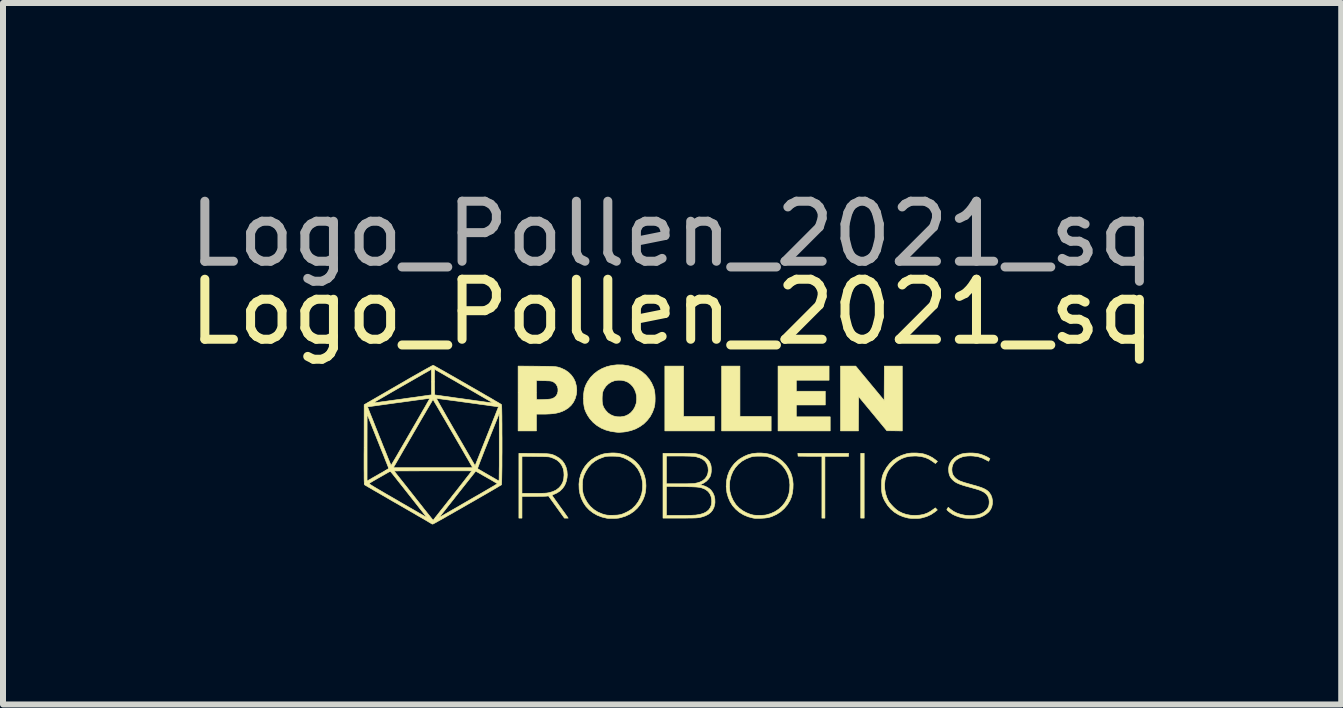
<source format=kicad_pcb>
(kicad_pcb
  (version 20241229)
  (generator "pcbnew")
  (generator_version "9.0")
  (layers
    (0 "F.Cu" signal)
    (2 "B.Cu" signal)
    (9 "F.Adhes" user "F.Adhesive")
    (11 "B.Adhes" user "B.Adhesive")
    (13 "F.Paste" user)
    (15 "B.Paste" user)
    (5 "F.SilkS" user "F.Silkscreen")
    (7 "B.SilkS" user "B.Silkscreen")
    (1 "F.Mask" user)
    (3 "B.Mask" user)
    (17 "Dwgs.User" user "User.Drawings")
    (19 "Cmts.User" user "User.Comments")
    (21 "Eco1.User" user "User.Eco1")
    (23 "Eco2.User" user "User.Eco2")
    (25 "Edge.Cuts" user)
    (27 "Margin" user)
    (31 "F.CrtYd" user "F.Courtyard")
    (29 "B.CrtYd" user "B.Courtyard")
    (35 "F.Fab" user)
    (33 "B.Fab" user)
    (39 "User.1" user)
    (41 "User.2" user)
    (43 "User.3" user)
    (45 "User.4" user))
  (footprint "Logo_Pollen_2021_sq"
    (layer "F.Cu")
    (at 8.149 2.648)
    (property "Reference" "Logo_Pollen_2021_sq" (at 0 -0.5 0) (unlocked yes) (layer "F.SilkS") (effects (font (size 1 1) (thickness 0.15))))
    (fp_poly (pts (xy 3.2 2.935) (xy 3.143 2.935) (xy 3.143 1.855) (xy 3.2 1.855) (xy 3.2 2.935)) (stroke (width 0.01) (type solid)) (fill yes) (layer "F.SilkS"))
    (fp_poly (pts (xy 0.19 1.241) (xy 0.704 1.241) (xy 0.704 1.482) (xy -0.121 1.482) (xy -0.121 0.402) (xy 0.19 0.402) (xy 0.19 1.241)) (stroke (width 0.01) (type solid)) (fill yes) (layer "F.SilkS"))
    (fp_poly (pts (xy 1.13 1.241) (xy 1.65 1.241) (xy 1.65 1.482) (xy 0.825 1.482) (xy 0.825 0.402) (xy 1.13 0.402) (xy 1.13 1.241)) (stroke (width 0.01) (type solid)) (fill yes) (layer "F.SilkS"))
    (fp_poly (pts (xy 2.94 1.906) (xy 2.546 1.906) (xy 2.546 2.935) (xy 2.496 2.935) (xy 2.496 1.906) (xy 2.297 1.905) (xy 2.099 1.903) (xy 2.097 1.879) (xy 2.095 1.855) (xy 2.94 1.855) (xy 2.94 1.906)) (stroke (width 0.01) (type solid)) (fill yes) (layer "F.SilkS"))
    (fp_poly (pts (xy 2.615 0.637) (xy 2.069 0.637) (xy 2.069 0.821) (xy 2.552 0.821) (xy 2.552 1.05) (xy 2.069 1.05) (xy 2.069 1.247) (xy 2.634 1.247) (xy 2.634 1.482) (xy 1.765 1.482) (xy 1.765 0.402) (xy 2.615 0.402) (xy 2.615 0.637)) (stroke (width 0.01) (type solid)) (fill yes) (layer "F.SilkS"))
    (fp_poly (pts (xy 3.685 0.402) (xy 3.835 0.402) (xy 3.835 1.482) (xy 3.706 1.48) (xy 3.578 1.479) (xy 3.108 0.91) (xy 3.106 1.196) (xy 3.104 1.482) (xy 2.806 1.482) (xy 2.806 0.402) (xy 3.059 0.402) (xy 3.296 0.688) (xy 3.533 0.974) (xy 3.536 0.402) (xy 3.685 0.402)) (stroke (width 0.01) (type solid)) (fill yes) (layer "F.SilkS"))
    (fp_poly (pts (xy -2.257 0.404) (xy -2.184 0.405) (xy -2.123 0.405) (xy -2.072 0.406) (xy -2.03 0.407) (xy -1.995 0.408) (xy -1.966 0.41) (xy -1.943 0.412) (xy -1.923 0.415) (xy -1.905 0.418) (xy -1.888 0.423) (xy -1.871 0.428) (xy -1.853 0.435) (xy -1.842 0.439) (xy -1.781 0.468) (xy -1.726 0.506) (xy -1.679 0.553) (xy -1.641 0.606) (xy -1.613 0.665) (xy -1.598 0.724) (xy -1.591 0.767) (xy -1.589 0.804) (xy -1.591 0.84) (xy -1.597 0.88) (xy -1.615 0.944) (xy -1.644 1.003) (xy -1.683 1.056) (xy -1.732 1.101) (xy -1.789 1.137) (xy -1.832 1.157) (xy -1.877 1.173) (xy -1.925 1.185) (xy -1.979 1.194) (xy -2.04 1.199) (xy -2.11 1.202) (xy -2.155 1.202) (xy -2.261 1.202) (xy -2.261 1.482) (xy -2.566 1.482) (xy -2.566 0.798) (xy -2.261 0.798) (xy -2.261 0.841) (xy -2.261 0.88) (xy -2.26 0.913) (xy -2.259 0.938) (xy -2.258 0.953) (xy -2.257 0.958) (xy -2.248 0.96) (xy -2.23 0.961) (xy -2.203 0.961) (xy -2.171 0.96) (xy -2.136 0.959) (xy -2.101 0.957) (xy -2.068 0.955) (xy -2.039 0.952) (xy -2.017 0.949) (xy -2.005 0.946) (xy -1.965 0.928) (xy -1.935 0.902) (xy -1.914 0.867) (xy -1.902 0.824) (xy -1.902 0.823) (xy -1.902 0.779) (xy -1.913 0.739) (xy -1.934 0.703) (xy -1.964 0.675) (xy -1.988 0.661) (xy -2 0.656) (xy -2.012 0.653) (xy -2.029 0.65) (xy -2.05 0.648) (xy -2.079 0.647) (xy -2.118 0.645) (xy -2.139 0.645) (xy -2.261 0.642) (xy -2.261 0.798) (xy -2.566 0.798) (xy -2.566 0.402) (xy -2.257 0.404)) (stroke (width 0.01) (type solid)) (fill yes) (layer "F.SilkS"))
    (fp_poly (pts (xy 4.081 1.851) (xy 4.131 1.856) (xy 4.175 1.862) (xy 4.2 1.868) (xy 4.269 1.892) (xy 4.335 1.926) (xy 4.38 1.958) (xy 4.421 1.99) (xy 4.404 2.008) (xy 4.387 2.025) (xy 4.341 1.991) (xy 4.281 1.953) (xy 4.217 1.925) (xy 4.146 1.908) (xy 4.068 1.9) (xy 4.045 1.9) (xy 3.965 1.904) (xy 3.893 1.918) (xy 3.827 1.942) (xy 3.765 1.977) (xy 3.707 2.023) (xy 3.683 2.046) (xy 3.644 2.088) (xy 3.614 2.128) (xy 3.59 2.169) (xy 3.57 2.217) (xy 3.568 2.225) (xy 3.548 2.298) (xy 3.54 2.374) (xy 3.543 2.451) (xy 3.556 2.526) (xy 3.58 2.598) (xy 3.607 2.653) (xy 3.626 2.68) (xy 3.652 2.711) (xy 3.682 2.743) (xy 3.714 2.774) (xy 3.745 2.8) (xy 3.772 2.819) (xy 3.773 2.82) (xy 3.838 2.852) (xy 3.903 2.874) (xy 3.974 2.887) (xy 4.045 2.89) (xy 4.121 2.886) (xy 4.189 2.874) (xy 4.252 2.851) (xy 4.312 2.818) (xy 4.366 2.779) (xy 4.386 2.764) (xy 4.419 2.799) (xy 4.377 2.833) (xy 4.312 2.876) (xy 4.24 2.909) (xy 4.162 2.931) (xy 4.144 2.935) (xy 4.116 2.938) (xy 4.079 2.94) (xy 4.039 2.94) (xy 3.998 2.94) (xy 3.962 2.937) (xy 3.934 2.934) (xy 3.934 2.934) (xy 3.851 2.912) (xy 3.775 2.88) (xy 3.705 2.837) (xy 3.644 2.785) (xy 3.591 2.724) (xy 3.546 2.653) (xy 3.533 2.628) (xy 3.518 2.593) (xy 3.506 2.561) (xy 3.498 2.529) (xy 3.493 2.495) (xy 3.49 2.454) (xy 3.489 2.405) (xy 3.489 2.395) (xy 3.49 2.344) (xy 3.492 2.302) (xy 3.497 2.267) (xy 3.504 2.235) (xy 3.515 2.203) (xy 3.53 2.169) (xy 3.533 2.163) (xy 3.575 2.089) (xy 3.625 2.025) (xy 3.683 1.969) (xy 3.75 1.924) (xy 3.824 1.889) (xy 3.905 1.863) (xy 3.946 1.855) (xy 3.984 1.851) (xy 4.031 1.85) (xy 4.081 1.851)) (stroke (width 0.01) (type solid)) (fill yes) (layer "F.SilkS"))
    (fp_poly (pts (xy -2.303 1.857) (xy -2.236 1.858) (xy -2.18 1.859) (xy -2.134 1.86) (xy -2.096 1.861) (xy -2.065 1.864) (xy -2.039 1.867) (xy -2.017 1.871) (xy -1.997 1.876) (xy -1.978 1.883) (xy -1.959 1.891) (xy -1.938 1.901) (xy -1.931 1.905) (xy -1.876 1.938) (xy -1.83 1.98) (xy -1.794 2.03) (xy -1.768 2.086) (xy -1.752 2.147) (xy -1.747 2.213) (xy -1.751 2.264) (xy -1.766 2.33) (xy -1.79 2.389) (xy -1.825 2.44) (xy -1.868 2.483) (xy -1.921 2.517) (xy -1.963 2.536) (xy -1.982 2.543) (xy -1.996 2.55) (xy -2 2.555) (xy -1.997 2.561) (xy -1.987 2.576) (xy -1.971 2.599) (xy -1.95 2.629) (xy -1.925 2.664) (xy -1.897 2.703) (xy -1.877 2.732) (xy -1.847 2.773) (xy -1.819 2.812) (xy -1.793 2.847) (xy -1.772 2.877) (xy -1.756 2.9) (xy -1.746 2.914) (xy -1.743 2.919) (xy -1.732 2.935) (xy -1.794 2.935) (xy -2.06 2.565) (xy -2.092 2.569) (xy -2.106 2.57) (xy -2.132 2.571) (xy -2.166 2.572) (xy -2.207 2.572) (xy -2.253 2.573) (xy -2.302 2.573) (xy -2.313 2.573) (xy -2.502 2.573) (xy -2.502 2.935) (xy -2.553 2.935) (xy -2.553 2.522) (xy -2.502 2.522) (xy -2.303 2.522) (xy -2.242 2.522) (xy -2.193 2.522) (xy -2.153 2.521) (xy -2.121 2.52) (xy -2.095 2.518) (xy -2.074 2.515) (xy -2.056 2.512) (xy -2.053 2.512) (xy -1.988 2.493) (xy -1.931 2.466) (xy -1.885 2.43) (xy -1.848 2.387) (xy -1.821 2.337) (xy -1.806 2.28) (xy -1.801 2.217) (xy -1.804 2.164) (xy -1.817 2.104) (xy -1.841 2.052) (xy -1.874 2.007) (xy -1.918 1.969) (xy -1.972 1.94) (xy -2.024 1.921) (xy -2.036 1.918) (xy -2.05 1.915) (xy -2.068 1.913) (xy -2.092 1.912) (xy -2.122 1.911) (xy -2.161 1.909) (xy -2.209 1.909) (xy -2.268 1.908) (xy -2.281 1.908) (xy -2.502 1.905) (xy -2.502 2.522) (xy -2.553 2.522) (xy -2.553 1.855) (xy -2.303 1.857)) (stroke (width 0.01) (type solid)) (fill yes) (layer "F.SilkS"))
    (fp_poly (pts (xy -0.828 0.382) (xy -0.812 0.383) (xy -0.724 0.397) (xy -0.642 0.422) (xy -0.566 0.456) (xy -0.498 0.5) (xy -0.437 0.553) (xy -0.385 0.614) (xy -0.342 0.682) (xy -0.309 0.757) (xy -0.298 0.793) (xy -0.29 0.834) (xy -0.285 0.883) (xy -0.283 0.936) (xy -0.284 0.99) (xy -0.288 1.04) (xy -0.296 1.083) (xy -0.298 1.091) (xy -0.326 1.169) (xy -0.364 1.241) (xy -0.413 1.305) (xy -0.47 1.362) (xy -0.535 1.409) (xy -0.607 1.448) (xy -0.687 1.477) (xy -0.772 1.496) (xy -0.812 1.501) (xy -0.842 1.503) (xy -0.867 1.505) (xy -0.886 1.506) (xy -0.893 1.506) (xy -0.908 1.505) (xy -0.927 1.503) (xy -0.931 1.503) (xy -1.021 1.49) (xy -1.106 1.467) (xy -1.184 1.434) (xy -1.254 1.391) (xy -1.317 1.339) (xy -1.371 1.278) (xy -1.405 1.228) (xy -1.432 1.178) (xy -1.453 1.129) (xy -1.466 1.077) (xy -1.474 1.021) (xy -1.477 0.956) (xy -1.477 0.942) (xy -1.166 0.942) (xy -1.165 0.989) (xy -1.161 1.027) (xy -1.153 1.058) (xy -1.142 1.087) (xy -1.124 1.117) (xy -1.109 1.138) (xy -1.071 1.18) (xy -1.025 1.212) (xy -0.974 1.234) (xy -0.918 1.246) (xy -0.859 1.248) (xy -0.799 1.238) (xy -0.776 1.231) (xy -0.729 1.209) (xy -0.687 1.177) (xy -0.651 1.136) (xy -0.622 1.088) (xy -0.602 1.034) (xy -0.598 1.02) (xy -0.591 0.957) (xy -0.593 0.896) (xy -0.606 0.839) (xy -0.628 0.786) (xy -0.658 0.739) (xy -0.697 0.699) (xy -0.742 0.668) (xy -0.787 0.65) (xy -0.845 0.638) (xy -0.904 0.637) (xy -0.96 0.646) (xy -1.013 0.666) (xy -1.06 0.696) (xy -1.1 0.734) (xy -1.109 0.746) (xy -1.13 0.777) (xy -1.146 0.806) (xy -1.156 0.836) (xy -1.162 0.869) (xy -1.165 0.909) (xy -1.166 0.942) (xy -1.477 0.942) (xy -1.475 0.875) (xy -1.468 0.818) (xy -1.456 0.766) (xy -1.437 0.716) (xy -1.411 0.666) (xy -1.405 0.656) (xy -1.358 0.589) (xy -1.301 0.531) (xy -1.237 0.482) (xy -1.166 0.442) (xy -1.088 0.411) (xy -1.006 0.391) (xy -0.919 0.381) (xy -0.828 0.382)) (stroke (width 0.01) (type solid)) (fill yes) (layer "F.SilkS"))
    (fp_poly (pts (xy 1.487 1.851) (xy 1.557 1.857) (xy 1.618 1.869) (xy 1.677 1.888) (xy 1.704 1.899) (xy 1.773 1.937) (xy 1.836 1.985) (xy 1.892 2.042) (xy 1.938 2.106) (xy 1.975 2.175) (xy 1.993 2.225) (xy 2.009 2.294) (xy 2.016 2.367) (xy 2.014 2.442) (xy 2.005 2.516) (xy 1.987 2.584) (xy 1.964 2.64) (xy 1.921 2.712) (xy 1.868 2.775) (xy 1.808 2.829) (xy 1.739 2.873) (xy 1.662 2.908) (xy 1.614 2.923) (xy 1.584 2.929) (xy 1.546 2.934) (xy 1.502 2.937) (xy 1.457 2.939) (xy 1.414 2.939) (xy 1.377 2.938) (xy 1.349 2.934) (xy 1.266 2.912) (xy 1.19 2.88) (xy 1.121 2.838) (xy 1.061 2.787) (xy 1.009 2.729) (xy 0.967 2.663) (xy 0.935 2.59) (xy 0.913 2.512) (xy 0.903 2.429) (xy 0.902 2.413) (xy 0.955 2.413) (xy 0.963 2.491) (xy 0.984 2.566) (xy 1.015 2.637) (xy 1.057 2.703) (xy 1.069 2.718) (xy 1.117 2.767) (xy 1.174 2.81) (xy 1.238 2.845) (xy 1.306 2.872) (xy 1.353 2.884) (xy 1.381 2.887) (xy 1.417 2.889) (xy 1.457 2.889) (xy 1.498 2.888) (xy 1.535 2.886) (xy 1.565 2.882) (xy 1.569 2.881) (xy 1.645 2.859) (xy 1.716 2.826) (xy 1.779 2.784) (xy 1.835 2.732) (xy 1.882 2.672) (xy 1.92 2.605) (xy 1.928 2.586) (xy 1.948 2.522) (xy 1.959 2.452) (xy 1.962 2.379) (xy 1.955 2.308) (xy 1.941 2.24) (xy 1.928 2.205) (xy 1.903 2.151) (xy 1.872 2.103) (xy 1.832 2.056) (xy 1.822 2.046) (xy 1.771 2) (xy 1.716 1.964) (xy 1.653 1.934) (xy 1.626 1.924) (xy 1.603 1.916) (xy 1.584 1.911) (xy 1.566 1.907) (xy 1.547 1.905) (xy 1.523 1.904) (xy 1.492 1.903) (xy 1.46 1.903) (xy 1.42 1.903) (xy 1.389 1.904) (xy 1.365 1.906) (xy 1.345 1.908) (xy 1.326 1.913) (xy 1.308 1.918) (xy 1.232 1.948) (xy 1.163 1.987) (xy 1.104 2.036) (xy 1.054 2.092) (xy 1.013 2.156) (xy 0.983 2.228) (xy 0.963 2.306) (xy 0.959 2.334) (xy 0.955 2.413) (xy 0.902 2.413) (xy 0.902 2.395) (xy 0.907 2.31) (xy 0.924 2.23) (xy 0.952 2.155) (xy 0.991 2.087) (xy 1.039 2.025) (xy 1.098 1.971) (xy 1.133 1.945) (xy 1.201 1.906) (xy 1.269 1.877) (xy 1.341 1.859) (xy 1.418 1.851) (xy 1.487 1.851)) (stroke (width 0.01) (type solid)) (fill yes) (layer "F.SilkS"))
    (fp_poly (pts (xy -0.916 1.853) (xy -0.898 1.855) (xy -0.815 1.874) (xy -0.738 1.905) (xy -0.668 1.945) (xy -0.606 1.995) (xy -0.552 2.054) (xy -0.507 2.121) (xy -0.489 2.156) (xy -0.459 2.233) (xy -0.441 2.313) (xy -0.436 2.397) (xy -0.439 2.451) (xy -0.446 2.507) (xy -0.458 2.557) (xy -0.476 2.606) (xy -0.489 2.635) (xy -0.529 2.706) (xy -0.58 2.769) (xy -0.638 2.823) (xy -0.705 2.868) (xy -0.779 2.903) (xy -0.86 2.928) (xy -0.892 2.935) (xy -0.914 2.937) (xy -0.944 2.939) (xy -0.979 2.94) (xy -1.015 2.94) (xy -1.049 2.94) (xy -1.075 2.938) (xy -1.086 2.937) (xy -1.17 2.917) (xy -1.248 2.887) (xy -1.318 2.847) (xy -1.38 2.799) (xy -1.434 2.742) (xy -1.478 2.677) (xy -1.513 2.605) (xy -1.537 2.527) (xy -1.549 2.454) (xy -1.551 2.395) (xy -1.495 2.395) (xy -1.494 2.446) (xy -1.49 2.488) (xy -1.483 2.526) (xy -1.471 2.563) (xy -1.454 2.603) (xy -1.449 2.614) (xy -1.409 2.683) (xy -1.36 2.743) (xy -1.303 2.793) (xy -1.238 2.834) (xy -1.165 2.865) (xy -1.109 2.881) (xy -1.08 2.886) (xy -1.043 2.888) (xy -1.001 2.888) (xy -0.957 2.887) (xy -0.915 2.885) (xy -0.878 2.88) (xy -0.854 2.875) (xy -0.818 2.863) (xy -0.777 2.845) (xy -0.735 2.824) (xy -0.697 2.801) (xy -0.667 2.78) (xy -0.667 2.78) (xy -0.612 2.726) (xy -0.566 2.665) (xy -0.531 2.598) (xy -0.506 2.526) (xy -0.493 2.449) (xy -0.491 2.371) (xy -0.494 2.332) (xy -0.51 2.252) (xy -0.537 2.179) (xy -0.573 2.113) (xy -0.62 2.055) (xy -0.677 2.004) (xy -0.743 1.962) (xy -0.759 1.954) (xy -0.798 1.935) (xy -0.832 1.922) (xy -0.865 1.913) (xy -0.9 1.907) (xy -0.94 1.904) (xy -0.989 1.903) (xy -0.997 1.903) (xy -1.037 1.903) (xy -1.067 1.904) (xy -1.091 1.906) (xy -1.111 1.909) (xy -1.13 1.914) (xy -1.142 1.918) (xy -1.219 1.947) (xy -1.286 1.985) (xy -1.344 2.03) (xy -1.393 2.085) (xy -1.434 2.149) (xy -1.445 2.17) (xy -1.465 2.212) (xy -1.479 2.25) (xy -1.488 2.287) (xy -1.493 2.326) (xy -1.495 2.373) (xy -1.495 2.395) (xy -1.551 2.395) (xy -1.552 2.369) (xy -1.543 2.288) (xy -1.523 2.21) (xy -1.492 2.138) (xy -1.451 2.072) (xy -1.401 2.012) (xy -1.342 1.96) (xy -1.274 1.917) (xy -1.199 1.883) (xy -1.15 1.867) (xy -1.11 1.859) (xy -1.063 1.854) (xy -1.012 1.85) (xy -0.961 1.85) (xy -0.916 1.853)) (stroke (width 0.01) (type solid)) (fill yes) (layer "F.SilkS"))
    (fp_poly (pts (xy 0.177 1.856) (xy 0.238 1.856) (xy 0.289 1.857) (xy 0.331 1.858) (xy 0.367 1.86) (xy 0.396 1.863) (xy 0.421 1.867) (xy 0.443 1.872) (xy 0.463 1.879) (xy 0.483 1.886) (xy 0.503 1.895) (xy 0.554 1.924) (xy 0.594 1.958) (xy 0.624 1.998) (xy 0.644 2.046) (xy 0.645 2.049) (xy 0.651 2.083) (xy 0.653 2.123) (xy 0.652 2.164) (xy 0.646 2.202) (xy 0.637 2.233) (xy 0.636 2.237) (xy 0.609 2.28) (xy 0.572 2.319) (xy 0.526 2.351) (xy 0.486 2.371) (xy 0.461 2.381) (xy 0.487 2.385) (xy 0.537 2.399) (xy 0.584 2.42) (xy 0.626 2.448) (xy 0.647 2.468) (xy 0.678 2.511) (xy 0.7 2.561) (xy 0.712 2.615) (xy 0.714 2.672) (xy 0.711 2.699) (xy 0.698 2.753) (xy 0.675 2.8) (xy 0.644 2.839) (xy 0.603 2.871) (xy 0.552 2.897) (xy 0.49 2.917) (xy 0.452 2.926) (xy 0.437 2.928) (xy 0.417 2.93) (xy 0.393 2.932) (xy 0.361 2.933) (xy 0.321 2.934) (xy 0.273 2.934) (xy 0.214 2.935) (xy 0.144 2.935) (xy 0.126 2.935) (xy -0.152 2.935) (xy -0.152 2.89) (xy -0.095 2.89) (xy 0.117 2.89) (xy 0.171 2.89) (xy 0.224 2.89) (xy 0.275 2.889) (xy 0.32 2.888) (xy 0.357 2.886) (xy 0.385 2.885) (xy 0.395 2.884) (xy 0.464 2.873) (xy 0.523 2.855) (xy 0.572 2.83) (xy 0.61 2.798) (xy 0.637 2.759) (xy 0.654 2.714) (xy 0.66 2.661) (xy 0.659 2.631) (xy 0.649 2.576) (xy 0.63 2.53) (xy 0.601 2.492) (xy 0.563 2.462) (xy 0.539 2.449) (xy 0.519 2.441) (xy 0.501 2.434) (xy 0.482 2.428) (xy 0.461 2.423) (xy 0.436 2.42) (xy 0.407 2.417) (xy 0.371 2.415) (xy 0.329 2.413) (xy 0.277 2.412) (xy 0.215 2.41) (xy 0.16 2.41) (xy -0.095 2.406) (xy -0.095 2.89) (xy -0.152 2.89) (xy -0.152 2.363) (xy -0.095 2.363) (xy 0.119 2.363) (xy 0.172 2.363) (xy 0.223 2.363) (xy 0.27 2.362) (xy 0.31 2.361) (xy 0.343 2.359) (xy 0.366 2.358) (xy 0.375 2.357) (xy 0.426 2.346) (xy 0.469 2.332) (xy 0.507 2.312) (xy 0.515 2.307) (xy 0.552 2.275) (xy 0.579 2.235) (xy 0.596 2.19) (xy 0.603 2.14) (xy 0.598 2.087) (xy 0.594 2.069) (xy 0.576 2.024) (xy 0.547 1.985) (xy 0.508 1.954) (xy 0.459 1.93) (xy 0.4 1.913) (xy 0.351 1.906) (xy 0.331 1.905) (xy 0.299 1.903) (xy 0.259 1.902) (xy 0.214 1.901) (xy 0.164 1.9) (xy 0.112 1.9) (xy 0.1 1.9) (xy -0.095 1.9) (xy -0.095 2.363) (xy -0.152 2.363) (xy -0.152 1.855) (xy 0.104 1.855) (xy 0.177 1.856)) (stroke (width 0.01) (type solid)) (fill yes) (layer "F.SilkS"))
    (fp_poly (pts (xy 5.011 1.851) (xy 5.061 1.855) (xy 5.083 1.858) (xy 5.142 1.872) (xy 5.197 1.892) (xy 5.246 1.914) (xy 5.264 1.925) (xy 5.296 1.945) (xy 5.285 1.966) (xy 5.278 1.979) (xy 5.274 1.987) (xy 5.274 1.987) (xy 5.268 1.985) (xy 5.255 1.978) (xy 5.236 1.967) (xy 5.235 1.967) (xy 5.17 1.934) (xy 5.1 1.912) (xy 5.024 1.901) (xy 4.975 1.898) (xy 4.922 1.9) (xy 4.877 1.905) (xy 4.838 1.914) (xy 4.799 1.929) (xy 4.783 1.936) (xy 4.737 1.965) (xy 4.702 1.999) (xy 4.678 2.041) (xy 4.664 2.089) (xy 4.661 2.13) (xy 4.666 2.177) (xy 4.681 2.218) (xy 4.707 2.254) (xy 4.72 2.266) (xy 4.737 2.281) (xy 4.755 2.294) (xy 4.776 2.306) (xy 4.801 2.318) (xy 4.831 2.329) (xy 4.868 2.342) (xy 4.914 2.355) (xy 4.97 2.371) (xy 4.997 2.379) (xy 5.063 2.397) (xy 5.117 2.414) (xy 5.161 2.429) (xy 5.198 2.445) (xy 5.228 2.461) (xy 5.253 2.478) (xy 5.274 2.497) (xy 5.284 2.508) (xy 5.311 2.548) (xy 5.329 2.595) (xy 5.338 2.646) (xy 5.337 2.697) (xy 5.326 2.748) (xy 5.306 2.792) (xy 5.277 2.831) (xy 5.237 2.865) (xy 5.19 2.895) (xy 5.138 2.918) (xy 5.115 2.925) (xy 5.082 2.932) (xy 5.04 2.936) (xy 4.993 2.939) (xy 4.945 2.939) (xy 4.898 2.937) (xy 4.856 2.933) (xy 4.832 2.929) (xy 4.773 2.913) (xy 4.716 2.892) (xy 4.67 2.869) (xy 4.648 2.854) (xy 4.625 2.838) (xy 4.604 2.821) (xy 4.588 2.807) (xy 4.579 2.796) (xy 4.578 2.794) (xy 4.582 2.783) (xy 4.59 2.77) (xy 4.602 2.755) (xy 4.636 2.785) (xy 4.688 2.822) (xy 4.748 2.852) (xy 4.815 2.874) (xy 4.886 2.888) (xy 4.96 2.893) (xy 5.021 2.89) (xy 5.087 2.88) (xy 5.142 2.863) (xy 5.188 2.84) (xy 5.226 2.809) (xy 5.246 2.787) (xy 5.266 2.756) (xy 5.278 2.724) (xy 5.283 2.687) (xy 5.284 2.66) (xy 5.278 2.613) (xy 5.262 2.572) (xy 5.235 2.535) (xy 5.197 2.504) (xy 5.147 2.478) (xy 5.099 2.46) (xy 5.078 2.454) (xy 5.048 2.445) (xy 5.012 2.435) (xy 4.975 2.425) (xy 4.963 2.421) (xy 4.899 2.404) (xy 4.846 2.388) (xy 4.802 2.373) (xy 4.767 2.359) (xy 4.737 2.345) (xy 4.712 2.329) (xy 4.69 2.312) (xy 4.67 2.293) (xy 4.665 2.288) (xy 4.643 2.261) (xy 4.627 2.233) (xy 4.616 2.201) (xy 4.61 2.169) (xy 4.606 2.114) (xy 4.614 2.061) (xy 4.634 2.012) (xy 4.664 1.967) (xy 4.703 1.928) (xy 4.752 1.895) (xy 4.809 1.871) (xy 4.816 1.868) (xy 4.857 1.859) (xy 4.905 1.853) (xy 4.958 1.85) (xy 5.011 1.851)) (stroke (width 0.01) (type solid)) (fill yes) (layer "F.SilkS"))
    (fp_poly (pts (xy -3.974 0.392) (xy -3.957 0.401) (xy -3.931 0.416) (xy -3.897 0.435) (xy -3.855 0.459) (xy -3.806 0.486) (xy -3.752 0.517) (xy -3.693 0.551) (xy -3.631 0.586) (xy -3.565 0.624) (xy -3.498 0.663) (xy -3.429 0.702) (xy -3.361 0.742) (xy -3.292 0.781) (xy -3.226 0.819) (xy -3.162 0.856) (xy -3.101 0.892) (xy -3.044 0.924) (xy -2.993 0.954) (xy -2.948 0.981) (xy -2.909 1.003) (xy -2.879 1.021) (xy -2.857 1.034) (xy -2.845 1.042) (xy -2.843 1.043) (xy -2.842 1.051) (xy -2.84 1.07) (xy -2.839 1.1) (xy -2.838 1.139) (xy -2.837 1.187) (xy -2.836 1.243) (xy -2.836 1.305) (xy -2.835 1.373) (xy -2.835 1.445) (xy -2.835 1.521) (xy -2.834 1.599) (xy -2.834 1.679) (xy -2.834 1.759) (xy -2.834 1.838) (xy -2.835 1.916) (xy -2.835 1.991) (xy -2.835 2.063) (xy -2.836 2.129) (xy -2.837 2.19) (xy -2.838 2.245) (xy -2.839 2.291) (xy -2.84 2.329) (xy -2.841 2.356) (xy -2.842 2.373) (xy -2.843 2.379) (xy -2.85 2.384) (xy -2.868 2.394) (xy -2.895 2.41) (xy -2.929 2.431) (xy -2.972 2.456) (xy -3.02 2.484) (xy -3.075 2.516) (xy -3.134 2.55) (xy -3.197 2.586) (xy -3.262 2.624) (xy -3.33 2.663) (xy -3.399 2.702) (xy -3.468 2.742) (xy -3.536 2.781) (xy -3.603 2.819) (xy -3.667 2.856) (xy -3.728 2.89) (xy -3.785 2.923) (xy -3.836 2.952) (xy -3.882 2.977) (xy -3.92 2.999) (xy -3.951 3.016) (xy -3.973 3.027) (xy -3.985 3.034) (xy -3.987 3.035) (xy -4.001 3.032) (xy -4.007 3.029) (xy -4.013 3.025) (xy -4.03 3.015) (xy -4.056 3) (xy -4.09 2.979) (xy -4.133 2.954) (xy -4.183 2.925) (xy -4.24 2.893) (xy -4.302 2.856) (xy -4.37 2.817) (xy -4.441 2.776) (xy -4.517 2.732) (xy -4.565 2.704) (xy -4.643 2.66) (xy -4.717 2.617) (xy -4.787 2.576) (xy -4.853 2.538) (xy -4.913 2.503) (xy -4.968 2.472) (xy -5.015 2.444) (xy -5.055 2.421) (xy -5.087 2.402) (xy -5.11 2.389) (xy -5.123 2.381) (xy -5.126 2.379) (xy -5.127 2.376) (xy -5.128 2.367) (xy -5.129 2.358) (xy -5.049 2.358) (xy -5.048 2.361) (xy -5.04 2.367) (xy -5.026 2.377) (xy -5.004 2.391) (xy -4.975 2.409) (xy -4.937 2.432) (xy -4.891 2.459) (xy -4.836 2.491) (xy -4.772 2.529) (xy -4.697 2.572) (xy -4.612 2.621) (xy -4.576 2.642) (xy -4.505 2.684) (xy -4.436 2.723) (xy -4.371 2.761) (xy -4.312 2.795) (xy -4.258 2.826) (xy -4.21 2.854) (xy -4.169 2.877) (xy -4.136 2.896) (xy -4.112 2.91) (xy -4.098 2.918) (xy -4.094 2.92) (xy -4.094 2.916) (xy -4.096 2.912) (xy -4.101 2.906) (xy -4.113 2.891) (xy -4.131 2.868) (xy -4.154 2.838) (xy -4.183 2.801) (xy -4.216 2.76) (xy -4.251 2.714) (xy -4.29 2.665) (xy -4.33 2.614) (xy -4.371 2.562) (xy -4.413 2.509) (xy -4.454 2.457) (xy -4.493 2.407) (xy -4.531 2.36) (xy -4.566 2.316) (xy -4.597 2.276) (xy -4.624 2.242) (xy -4.646 2.214) (xy -4.662 2.194) (xy -4.671 2.183) (xy -4.672 2.183) (xy -4.696 2.153) (xy -4.869 2.252) (xy -4.912 2.276) (xy -4.951 2.299) (xy -4.986 2.319) (xy -5.014 2.336) (xy -5.035 2.349) (xy -5.047 2.356) (xy -5.049 2.358) (xy -5.129 2.358) (xy -5.129 2.353) (xy -5.13 2.333) (xy -5.131 2.317) (xy -5.083 2.317) (xy -5.053 2.3) (xy -5.039 2.292) (xy -5.016 2.279) (xy -4.986 2.261) (xy -4.95 2.241) (xy -4.91 2.218) (xy -4.872 2.196) (xy -4.832 2.174) (xy -4.797 2.153) (xy -4.789 2.149) (xy -4.633 2.149) (xy -4.533 2.276) (xy -4.447 2.384) (xy -4.369 2.483) (xy -4.299 2.572) (xy -4.236 2.652) (xy -4.18 2.722) (xy -4.132 2.784) (xy -4.09 2.836) (xy -4.056 2.879) (xy -4.028 2.914) (xy -4.007 2.94) (xy -3.992 2.958) (xy -3.984 2.968) (xy -3.982 2.97) (xy -3.977 2.965) (xy -3.966 2.95) (xy -3.948 2.927) (xy -3.948 2.927) (xy -3.885 2.927) (xy -3.774 2.863) (xy -3.749 2.849) (xy -3.715 2.829) (xy -3.672 2.804) (xy -3.621 2.775) (xy -3.565 2.743) (xy -3.504 2.707) (xy -3.44 2.67) (xy -3.374 2.632) (xy -3.307 2.593) (xy -3.288 2.582) (xy -3.224 2.546) (xy -3.164 2.511) (xy -3.109 2.479) (xy -3.058 2.449) (xy -3.014 2.423) (xy -2.976 2.401) (xy -2.946 2.383) (xy -2.925 2.37) (xy -2.913 2.363) (xy -2.911 2.362) (xy -2.917 2.358) (xy -2.932 2.348) (xy -2.955 2.335) (xy -2.985 2.317) (xy -3.02 2.296) (xy -3.06 2.274) (xy -3.062 2.273) (xy -3.103 2.249) (xy -3.143 2.227) (xy -3.178 2.206) (xy -3.208 2.189) (xy -3.23 2.177) (xy -3.242 2.17) (xy -3.272 2.152) (xy -3.557 2.512) (xy -3.604 2.572) (xy -3.649 2.63) (xy -3.692 2.684) (xy -3.732 2.734) (xy -3.767 2.779) (xy -3.798 2.819) (xy -3.824 2.851) (xy -3.844 2.876) (xy -3.857 2.893) (xy -3.863 2.9) (xy -3.885 2.927) (xy -3.948 2.927) (xy -3.924 2.897) (xy -3.894 2.859) (xy -3.86 2.815) (xy -3.821 2.766) (xy -3.778 2.712) (xy -3.732 2.653) (xy -3.683 2.592) (xy -3.658 2.559) (xy -3.608 2.497) (xy -3.561 2.437) (xy -3.517 2.38) (xy -3.476 2.328) (xy -3.44 2.281) (xy -3.408 2.24) (xy -3.381 2.206) (xy -3.361 2.179) (xy -3.346 2.16) (xy -3.339 2.15) (xy -3.338 2.148) (xy -3.345 2.148) (xy -3.363 2.148) (xy -3.393 2.147) (xy -3.432 2.147) (xy -3.481 2.147) (xy -3.539 2.147) (xy -3.604 2.147) (xy -3.675 2.147) (xy -3.753 2.147) (xy -3.836 2.147) (xy -3.923 2.147) (xy -3.987 2.147) (xy -4.633 2.149) (xy -4.789 2.149) (xy -4.766 2.135) (xy -4.743 2.121) (xy -4.727 2.112) (xy -4.723 2.109) (xy -3.242 2.109) (xy -3.242 2.109) (xy -3.235 2.114) (xy -3.219 2.124) (xy -3.196 2.138) (xy -3.166 2.155) (xy -3.132 2.175) (xy -3.094 2.197) (xy -3.056 2.219) (xy -3.018 2.241) (xy -2.981 2.262) (xy -2.948 2.281) (xy -2.921 2.297) (xy -2.9 2.308) (xy -2.887 2.315) (xy -2.884 2.317) (xy -2.884 2.31) (xy -2.883 2.292) (xy -2.882 2.264) (xy -2.882 2.225) (xy -2.881 2.177) (xy -2.881 2.121) (xy -2.88 2.057) (xy -2.88 1.988) (xy -2.88 1.912) (xy -2.88 1.833) (xy -2.88 1.754) (xy -2.88 1.19) (xy -3.063 1.647) (xy -3.092 1.72) (xy -3.12 1.789) (xy -3.145 1.853) (xy -3.168 1.913) (xy -3.189 1.966) (xy -3.207 2.012) (xy -3.221 2.051) (xy -3.232 2.08) (xy -3.239 2.1) (xy -3.242 2.109) (xy -4.723 2.109) (xy -4.721 2.108) (xy -4.721 2.108) (xy -4.724 2.101) (xy -4.726 2.095) (xy -4.646 2.095) (xy -3.323 2.095) (xy -3.344 2.058) (xy -3.36 2.031) (xy -3.38 1.995) (xy -3.404 1.953) (xy -3.433 1.904) (xy -3.464 1.85) (xy -3.498 1.791) (xy -3.534 1.729) (xy -3.572 1.664) (xy -3.611 1.597) (xy -3.65 1.529) (xy -3.69 1.461) (xy -3.729 1.394) (xy -3.767 1.328) (xy -3.804 1.265) (xy -3.839 1.206) (xy -3.871 1.151) (xy -3.9 1.101) (xy -3.926 1.057) (xy -3.948 1.02) (xy -3.965 0.991) (xy -3.977 0.97) (xy -3.983 0.96) (xy -3.984 0.958) (xy -3.988 0.964) (xy -3.997 0.979) (xy -4.012 1.005) (xy -4.032 1.039) (xy -4.057 1.081) (xy -4.086 1.13) (xy -4.118 1.186) (xy -4.154 1.247) (xy -4.193 1.314) (xy -4.234 1.385) (xy -4.277 1.46) (xy -4.302 1.502) (xy -4.346 1.579) (xy -4.389 1.653) (xy -4.43 1.724) (xy -4.469 1.79) (xy -4.504 1.851) (xy -4.536 1.907) (xy -4.564 1.955) (xy -4.588 1.996) (xy -4.607 2.029) (xy -4.621 2.053) (xy -4.629 2.067) (xy -4.631 2.07) (xy -4.646 2.095) (xy -4.726 2.095) (xy -4.73 2.084) (xy -4.741 2.057) (xy -4.755 2.021) (xy -4.773 1.977) (xy -4.793 1.925) (xy -4.816 1.867) (xy -4.842 1.804) (xy -4.869 1.736) (xy -4.897 1.665) (xy -4.902 1.653) (xy -5.082 1.203) (xy -5.083 1.76) (xy -5.083 2.317) (xy -5.131 2.317) (xy -5.131 2.306) (xy -5.132 2.271) (xy -5.132 2.229) (xy -5.132 2.177) (xy -5.133 2.117) (xy -5.133 2.046) (xy -5.133 1.965) (xy -5.133 1.873) (xy -5.132 1.769) (xy -5.132 1.709) (xy -5.131 1.081) (xy -5.075 1.081) (xy -5.055 1.132) (xy -5.034 1.186) (xy -5.01 1.245) (xy -4.985 1.307) (xy -4.959 1.373) (xy -4.932 1.441) (xy -4.904 1.51) (xy -4.877 1.579) (xy -4.849 1.647) (xy -4.823 1.714) (xy -4.797 1.777) (xy -4.773 1.836) (xy -4.751 1.891) (xy -4.732 1.939) (xy -4.715 1.98) (xy -4.701 2.014) (xy -4.691 2.038) (xy -4.685 2.053) (xy -4.683 2.056) (xy -4.679 2.051) (xy -4.67 2.035) (xy -4.655 2.01) (xy -4.635 1.976) (xy -4.61 1.934) (xy -4.581 1.885) (xy -4.549 1.829) (xy -4.513 1.767) (xy -4.474 1.7) (xy -4.432 1.628) (xy -4.389 1.553) (xy -4.358 1.5) (xy -4.313 1.422) (xy -4.27 1.348) (xy -4.23 1.278) (xy -4.192 1.212) (xy -4.158 1.152) (xy -4.126 1.098) (xy -4.099 1.05) (xy -4.077 1.01) (xy -4.059 0.979) (xy -4.046 0.956) (xy -4.04 0.943) (xy -4.038 0.94) (xy -4.045 0.941) (xy -4.063 0.943) (xy -4.092 0.946) (xy -4.131 0.951) (xy -4.178 0.958) (xy -4.234 0.965) (xy -4.296 0.973) (xy -4.364 0.983) (xy -4.438 0.993) (xy -4.516 1.004) (xy -4.558 1.009) (xy -5.075 1.081) (xy -5.131 1.081) (xy -5.131 1.045) (xy -5.079 1.015) (xy -4.974 1.015) (xy -4.972 1.015) (xy -4.965 1.014) (xy -4.947 1.012) (xy -4.918 1.008) (xy -4.879 1.003) (xy -4.832 0.996) (xy -4.777 0.989) (xy -4.715 0.98) (xy -4.648 0.971) (xy -4.577 0.961) (xy -4.509 0.952) (xy -4.434 0.941) (xy -4.427 0.94) (xy -3.927 0.94) (xy -3.924 0.946) (xy -3.916 0.962) (xy -3.902 0.987) (xy -3.883 1.021) (xy -3.859 1.064) (xy -3.831 1.113) (xy -3.799 1.169) (xy -3.764 1.231) (xy -3.725 1.299) (xy -3.684 1.37) (xy -3.641 1.445) (xy -3.608 1.502) (xy -3.283 2.062) (xy -3.088 1.572) (xy -3.058 1.497) (xy -3.03 1.426) (xy -3.003 1.359) (xy -2.979 1.297) (xy -2.956 1.241) (xy -2.937 1.192) (xy -2.921 1.151) (xy -2.908 1.119) (xy -2.899 1.096) (xy -2.895 1.084) (xy -2.894 1.082) (xy -2.901 1.08) (xy -2.919 1.078) (xy -2.947 1.073) (xy -2.985 1.068) (xy -3.031 1.062) (xy -3.083 1.054) (xy -3.141 1.046) (xy -3.204 1.038) (xy -3.27 1.028) (xy -3.339 1.019) (xy -3.409 1.009) (xy -3.478 1) (xy -3.547 0.99) (xy -3.614 0.981) (xy -3.677 0.973) (xy -3.735 0.965) (xy -3.788 0.958) (xy -3.834 0.952) (xy -3.872 0.947) (xy -3.901 0.943) (xy -3.919 0.941) (xy -3.927 0.94) (xy -3.927 0.94) (xy -4.427 0.94) (xy -4.362 0.931) (xy -4.294 0.922) (xy -4.232 0.913) (xy -4.176 0.905) (xy -4.128 0.898) (xy -4.088 0.893) (xy -4.058 0.888) (xy -4.038 0.885) (xy -4.03 0.884) (xy -4.01 0.881) (xy -4.01 0.669) (xy -4.01 0.621) (xy -3.959 0.621) (xy -3.959 0.665) (xy -3.959 0.71) (xy -3.958 0.753) (xy -3.958 0.793) (xy -3.957 0.828) (xy -3.956 0.855) (xy -3.956 0.874) (xy -3.954 0.882) (xy -3.954 0.882) (xy -3.947 0.883) (xy -3.929 0.886) (xy -3.9 0.89) (xy -3.861 0.895) (xy -3.814 0.902) (xy -3.759 0.909) (xy -3.697 0.918) (xy -3.63 0.928) (xy -3.558 0.938) (xy -3.483 0.948) (xy -3.407 0.959) (xy -3.334 0.969) (xy -3.266 0.979) (xy -3.204 0.987) (xy -3.148 0.995) (xy -3.099 1.002) (xy -3.059 1.007) (xy -3.029 1.011) (xy -3.009 1.014) (xy -3 1.015) (xy -2.989 1.014) (xy -2.99 1.012) (xy -2.997 1.008) (xy -3.004 1.004) (xy -3.022 0.993) (xy -3.049 0.978) (xy -3.084 0.958) (xy -3.127 0.933) (xy -3.177 0.904) (xy -3.233 0.872) (xy -3.294 0.836) (xy -3.36 0.798) (xy -3.429 0.758) (xy -3.481 0.729) (xy -3.552 0.688) (xy -3.62 0.648) (xy -3.684 0.612) (xy -3.743 0.578) (xy -3.796 0.547) (xy -3.843 0.52) (xy -3.883 0.497) (xy -3.915 0.479) (xy -3.939 0.466) (xy -3.952 0.458) (xy -3.956 0.457) (xy -3.957 0.463) (xy -3.957 0.48) (xy -3.958 0.506) (xy -3.959 0.539) (xy -3.959 0.578) (xy -3.959 0.621) (xy -4.01 0.621) (xy -4.01 0.618) (xy -4.01 0.572) (xy -4.01 0.532) (xy -4.011 0.498) (xy -4.011 0.474) (xy -4.012 0.46) (xy -4.012 0.457) (xy -4.018 0.46) (xy -4.034 0.469) (xy -4.059 0.483) (xy -4.092 0.502) (xy -4.132 0.524) (xy -4.179 0.551) (xy -4.23 0.581) (xy -4.286 0.613) (xy -4.345 0.647) (xy -4.406 0.682) (xy -4.469 0.718) (xy -4.532 0.754) (xy -4.594 0.79) (xy -4.655 0.825) (xy -4.713 0.859) (xy -4.768 0.891) (xy -4.818 0.92) (xy -4.863 0.946) (xy -4.901 0.968) (xy -4.932 0.986) (xy -4.955 1) (xy -4.968 1.008) (xy -4.972 1.01) (xy -4.974 1.015) (xy -5.079 1.015) (xy -4.562 0.716) (xy -4.47 0.663) (xy -4.385 0.613) (xy -4.306 0.568) (xy -4.235 0.528) (xy -4.172 0.492) (xy -4.117 0.461) (xy -4.07 0.435) (xy -4.033 0.415) (xy -4.006 0.4) (xy -3.988 0.391) (xy -3.981 0.389) (xy -3.974 0.392)) (stroke (width 0.01) (type solid)) (fill yes) (layer "F.SilkS"))
    (fp_text user "${REFERENCE}" (at 0 -1.8 0) (unlocked yes) (layer "F.Fab") (effects (font (size 1 1) (thickness 0.15)))))
  (gr_rect
    (start -3 -3)
    (end 19.298 8.688)
    (stroke (width 0.1) (type default))
    (fill no)
    (layer "Edge.Cuts")))
</source>
